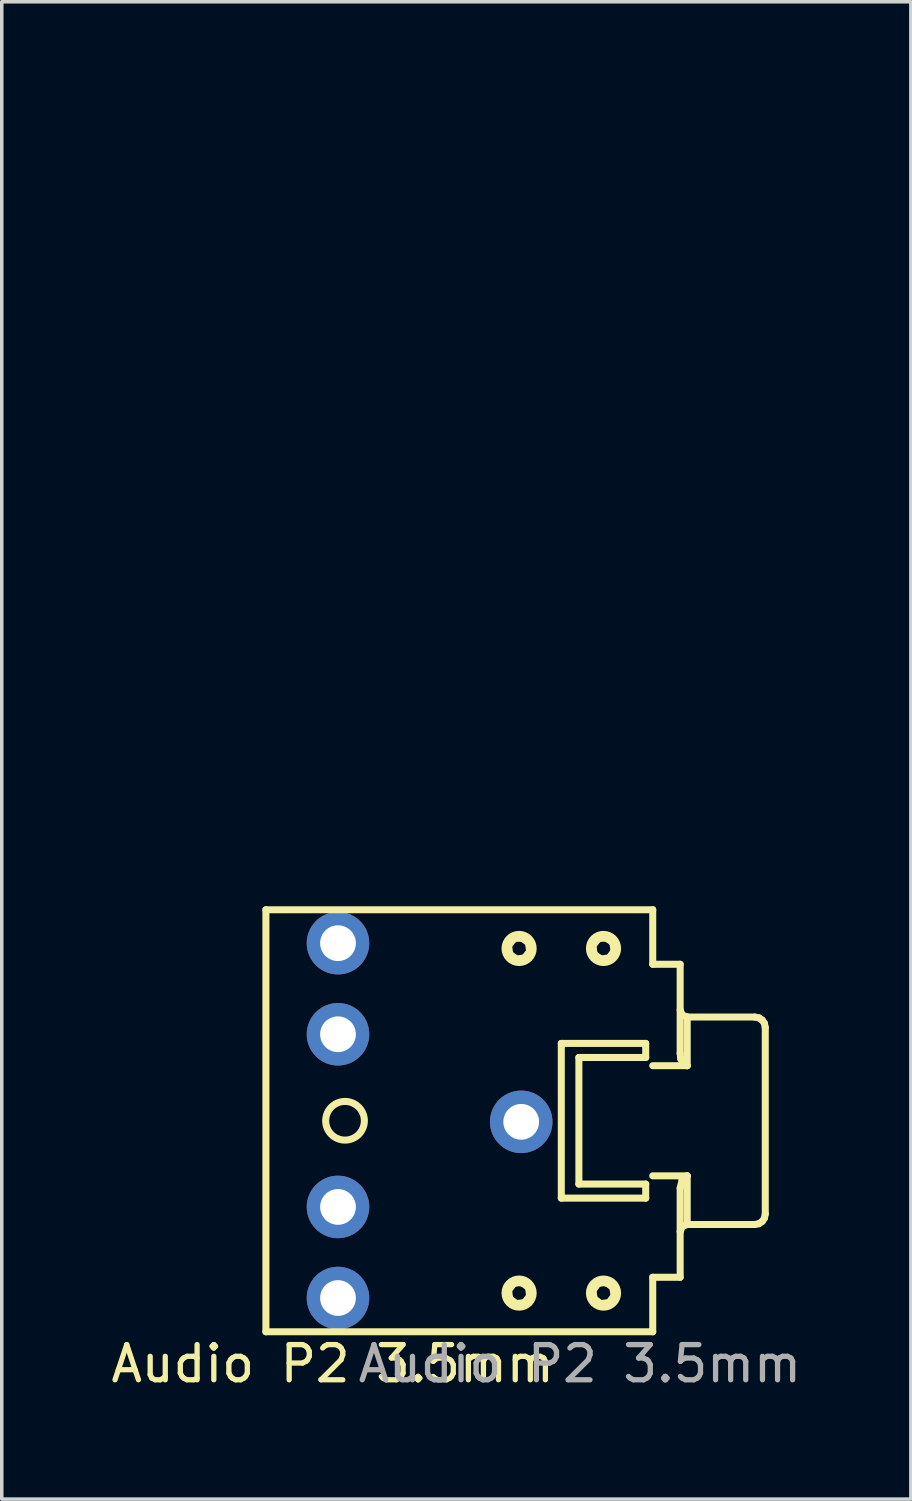
<source format=kicad_pcb>
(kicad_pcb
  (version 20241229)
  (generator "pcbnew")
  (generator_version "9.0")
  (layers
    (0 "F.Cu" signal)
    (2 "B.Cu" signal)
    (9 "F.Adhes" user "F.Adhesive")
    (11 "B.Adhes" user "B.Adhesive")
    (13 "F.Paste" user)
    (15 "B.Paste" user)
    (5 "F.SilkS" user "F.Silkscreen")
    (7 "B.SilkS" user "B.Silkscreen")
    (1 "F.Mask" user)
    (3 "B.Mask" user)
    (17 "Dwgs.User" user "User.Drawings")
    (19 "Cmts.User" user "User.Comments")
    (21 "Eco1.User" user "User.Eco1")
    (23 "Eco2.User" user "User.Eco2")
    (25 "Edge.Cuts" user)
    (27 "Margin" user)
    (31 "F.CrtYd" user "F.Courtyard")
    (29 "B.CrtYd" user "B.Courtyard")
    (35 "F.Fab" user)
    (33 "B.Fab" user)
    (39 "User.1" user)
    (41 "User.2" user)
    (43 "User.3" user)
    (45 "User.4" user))
  (footprint "Audio P2 3.5mm"
    (layer "F.Cu")
    (at 11.211 0.25)
    (property "Reference" "Audio P2 3.5mm" (at -4.8 35.48 0) (unlocked yes) (layer "F.SilkS") (effects (font (size 1 1) (thickness 0.15))))
    (attr through_hole)
    (fp_line (start -6.7 22.57) (end -6.7 34.57) (stroke (width 0.2) (type solid)) (layer "F.SilkS"))
    (fp_line (start -6.7 34.57) (end 4.3 34.57) (stroke (width 0.2) (type solid)) (layer "F.SilkS"))
    (fp_line (start 0.2 23.59) (end 0.344 23.402) (stroke (width 0.2) (type solid)) (layer "F.SilkS"))
    (fp_line (start 0.2 33.39) (end 0.344 33.202) (stroke (width 0.2) (type solid)) (layer "F.SilkS"))
    (fp_line (start 0.232 23.826) (end 0.2 23.59) (stroke (width 0.2) (type solid)) (layer "F.SilkS"))
    (fp_line (start 0.232 33.626) (end 0.2 33.39) (stroke (width 0.2) (type solid)) (layer "F.SilkS"))
    (fp_line (start 0.344 23.402) (end 0.5 23.37) (stroke (width 0.2) (type solid)) (layer "F.SilkS"))
    (fp_line (start 0.344 33.202) (end 0.5 33.17) (stroke (width 0.2) (type solid)) (layer "F.SilkS"))
    (fp_line (start 0.42 23.97) (end 0.232 23.826) (stroke (width 0.2) (type solid)) (layer "F.SilkS"))
    (fp_line (start 0.42 33.77) (end 0.232 33.626) (stroke (width 0.2) (type solid)) (layer "F.SilkS"))
    (fp_line (start 0.5 23.37) (end 0.622 23.4) (stroke (width 0.2) (type solid)) (layer "F.SilkS"))
    (fp_line (start 0.5 33.17) (end 0.622 33.2) (stroke (width 0.2) (type solid)) (layer "F.SilkS"))
    (fp_line (start 0.622 23.4) (end 0.768 23.514) (stroke (width 0.2) (type solid)) (layer "F.SilkS"))
    (fp_line (start 0.622 33.2) (end 0.768 33.314) (stroke (width 0.2) (type solid)) (layer "F.SilkS"))
    (fp_line (start 0.656 23.938) (end 0.42 23.97) (stroke (width 0.2) (type solid)) (layer "F.SilkS"))
    (fp_line (start 0.656 33.738) (end 0.42 33.77) (stroke (width 0.2) (type solid)) (layer "F.SilkS"))
    (fp_line (start 0.768 23.514) (end 0.8 23.75) (stroke (width 0.2) (type solid)) (layer "F.SilkS"))
    (fp_line (start 0.768 33.314) (end 0.8 33.55) (stroke (width 0.2) (type solid)) (layer "F.SilkS"))
    (fp_line (start 0.8 23.75) (end 0.656 23.938) (stroke (width 0.2) (type solid)) (layer "F.SilkS"))
    (fp_line (start 0.8 33.55) (end 0.656 33.738) (stroke (width 0.2) (type solid)) (layer "F.SilkS"))
    (fp_line (start 1.7 26.37) (end 4.1 26.37) (stroke (width 0.2) (type solid)) (layer "F.SilkS"))
    (fp_line (start 1.7 30.77) (end 1.7 26.37) (stroke (width 0.2) (type solid)) (layer "F.SilkS"))
    (fp_line (start 2.2 26.77) (end 2.2 30.37) (stroke (width 0.2) (type solid)) (layer "F.SilkS"))
    (fp_line (start 2.2 30.37) (end 4.1 30.37) (stroke (width 0.2) (type solid)) (layer "F.SilkS"))
    (fp_line (start 2.6 23.59) (end 2.744 23.402) (stroke (width 0.2) (type solid)) (layer "F.SilkS"))
    (fp_line (start 2.6 33.39) (end 2.744 33.202) (stroke (width 0.2) (type solid)) (layer "F.SilkS"))
    (fp_line (start 2.632 23.826) (end 2.6 23.59) (stroke (width 0.2) (type solid)) (layer "F.SilkS"))
    (fp_line (start 2.632 33.626) (end 2.6 33.39) (stroke (width 0.2) (type solid)) (layer "F.SilkS"))
    (fp_line (start 2.744 23.402) (end 2.9 23.37) (stroke (width 0.2) (type solid)) (layer "F.SilkS"))
    (fp_line (start 2.744 33.202) (end 2.9 33.17) (stroke (width 0.2) (type solid)) (layer "F.SilkS"))
    (fp_line (start 2.82 23.97) (end 2.632 23.826) (stroke (width 0.2) (type solid)) (layer "F.SilkS"))
    (fp_line (start 2.82 33.77) (end 2.632 33.626) (stroke (width 0.2) (type solid)) (layer "F.SilkS"))
    (fp_line (start 2.9 23.37) (end 3.022 23.4) (stroke (width 0.2) (type solid)) (layer "F.SilkS"))
    (fp_line (start 2.9 33.17) (end 3.022 33.2) (stroke (width 0.2) (type solid)) (layer "F.SilkS"))
    (fp_line (start 3.022 23.4) (end 3.168 23.514) (stroke (width 0.2) (type solid)) (layer "F.SilkS"))
    (fp_line (start 3.022 33.2) (end 3.168 33.314) (stroke (width 0.2) (type solid)) (layer "F.SilkS"))
    (fp_line (start 3.056 23.938) (end 2.82 23.97) (stroke (width 0.2) (type solid)) (layer "F.SilkS"))
    (fp_line (start 3.056 33.738) (end 2.82 33.77) (stroke (width 0.2) (type solid)) (layer "F.SilkS"))
    (fp_line (start 3.168 23.514) (end 3.2 23.75) (stroke (width 0.2) (type solid)) (layer "F.SilkS"))
    (fp_line (start 3.168 33.314) (end 3.2 33.55) (stroke (width 0.2) (type solid)) (layer "F.SilkS"))
    (fp_line (start 3.2 23.75) (end 3.056 23.938) (stroke (width 0.2) (type solid)) (layer "F.SilkS"))
    (fp_line (start 3.2 33.55) (end 3.056 33.738) (stroke (width 0.2) (type solid)) (layer "F.SilkS"))
    (fp_line (start 4.1 26.37) (end 4.1 26.77) (stroke (width 0.2) (type solid)) (layer "F.SilkS"))
    (fp_line (start 4.1 26.77) (end 2.2 26.77) (stroke (width 0.2) (type solid)) (layer "F.SilkS"))
    (fp_line (start 4.1 30.37) (end 4.1 30.77) (stroke (width 0.2) (type solid)) (layer "F.SilkS"))
    (fp_line (start 4.1 30.77) (end 1.7 30.77) (stroke (width 0.2) (type solid)) (layer "F.SilkS"))
    (fp_line (start 4.3 22.57) (end -6.7 22.57) (stroke (width 0.2) (type solid)) (layer "F.SilkS"))
    (fp_line (start 4.3 24.12) (end 4.3 22.57) (stroke (width 0.2) (type solid)) (layer "F.SilkS"))
    (fp_line (start 4.3 27.004) (end 5.28 27.004) (stroke (width 0.2) (type solid)) (layer "F.SilkS"))
    (fp_line (start 4.3 33.02) (end 5.08 33.02) (stroke (width 0.2) (type solid)) (layer "F.SilkS"))
    (fp_line (start 4.3 34.57) (end 4.3 33.02) (stroke (width 0.2) (type solid)) (layer "F.SilkS"))
    (fp_line (start 5.08 24.12) (end 4.3 24.12) (stroke (width 0.2) (type solid)) (layer "F.SilkS"))
    (fp_line (start 5.08 25.42) (end 5.138 25.562) (stroke (width 0.2) (type solid)) (layer "F.SilkS"))
    (fp_line (start 5.08 26.654) (end 5.08 24.12) (stroke (width 0.2) (type solid)) (layer "F.SilkS"))
    (fp_line (start 5.08 30.486) (end 5.138 30.241) (stroke (width 0.2) (type solid)) (layer "F.SilkS"))
    (fp_line (start 5.08 31.72) (end 5.138 31.578) (stroke (width 0.2) (type solid)) (layer "F.SilkS"))
    (fp_line (start 5.08 33.02) (end 5.08 30.486) (stroke (width 0.2) (type solid)) (layer "F.SilkS"))
    (fp_line (start 5.094 26.8) (end 5.08 26.654) (stroke (width 0.2) (type solid)) (layer "F.SilkS"))
    (fp_line (start 5.138 25.562) (end 5.28 25.62) (stroke (width 0.2) (type solid)) (layer "F.SilkS"))
    (fp_line (start 5.138 31.578) (end 5.28 31.52) (stroke (width 0.2) (type solid)) (layer "F.SilkS"))
    (fp_line (start 5.138 30.241) (end 5.209 30.156) (stroke (width 0.2) (type solid)) (layer "F.SilkS"))
    (fp_line (start 5.158 26.931) (end 5.094 26.8) (stroke (width 0.2) (type solid)) (layer "F.SilkS"))
    (fp_line (start 5.209 30.156) (end 5.28 30.136) (stroke (width 0.2) (type solid)) (layer "F.SilkS"))
    (fp_line (start 5.28 25.62) (end 5.28 27.004) (stroke (width 0.2) (type solid)) (layer "F.SilkS"))
    (fp_line (start 5.28 27.004) (end 5.158 26.931) (stroke (width 0.2) (type solid)) (layer "F.SilkS"))
    (fp_line (start 5.28 30.136) (end 4.3 30.136) (stroke (width 0.2) (type solid)) (layer "F.SilkS"))
    (fp_line (start 5.28 30.136) (end 5.28 31.52) (stroke (width 0.2) (type solid)) (layer "F.SilkS"))
    (fp_line (start 5.28 31.52) (end 7.2 31.52) (stroke (width 0.2) (type solid)) (layer "F.SilkS"))
    (fp_line (start 7.2 25.62) (end 5.28 25.62) (stroke (width 0.2) (type solid)) (layer "F.SilkS"))
    (fp_line (start 7.318 25.643) (end 7.2 25.62) (stroke (width 0.2) (type solid)) (layer "F.SilkS"))
    (fp_line (start 7.318 31.497) (end 7.2 31.52) (stroke (width 0.2) (type solid)) (layer "F.SilkS"))
    (fp_line (start 7.413 25.707) (end 7.318 25.643) (stroke (width 0.2) (type solid)) (layer "F.SilkS"))
    (fp_line (start 7.413 31.433) (end 7.318 31.497) (stroke (width 0.2) (type solid)) (layer "F.SilkS"))
    (fp_line (start 7.477 25.802) (end 7.413 25.707) (stroke (width 0.2) (type solid)) (layer "F.SilkS"))
    (fp_line (start 7.477 31.338) (end 7.413 31.433) (stroke (width 0.2) (type solid)) (layer "F.SilkS"))
    (fp_line (start 7.5 25.92) (end 7.477 25.802) (stroke (width 0.2) (type solid)) (layer "F.SilkS"))
    (fp_line (start 7.5 31.22) (end 7.477 31.338) (stroke (width 0.2) (type solid)) (layer "F.SilkS"))
    (fp_line (start 7.5 31.22) (end 7.5 25.92) (stroke (width 0.2) (type solid)) (layer "F.SilkS"))
    (fp_circle (center -4.45 28.57) (end -3.9 28.57) (stroke (width 0.2) (type solid)) (fill no) (layer "F.SilkS"))
    (fp_circle (center 0.5 23.67) (end 0.9 23.67) (stroke (width 0.2) (type solid)) (fill no) (layer "F.SilkS"))
    (fp_circle (center 0.5 33.47) (end 0.9 33.47) (stroke (width 0.2) (type solid)) (fill no) (layer "F.SilkS"))
    (fp_circle (center 2.9 23.67) (end 3.3 23.67) (stroke (width 0.2) (type solid)) (fill no) (layer "F.SilkS"))
    (fp_circle (center 2.9 33.47) (end 3.3 33.47) (stroke (width 0.2) (type solid)) (fill no) (layer "F.SilkS"))
    (fp_text user "${REFERENCE}" (at 2.23 35.48 0) (unlocked yes) (layer "F.Fab") (effects (font (size 1 1) (thickness 0.15))))
    (pad "1" thru_hole circle (at 0.56 28.6) (size 1.778 1.778) (drill 1.016) (layers "*.Cu" "*.Mask"))
    (pad "2" thru_hole circle (at -4.65 33.61) (size 1.778 1.778) (drill 1.016) (layers "*.Cu" "*.Mask"))
    (pad "3" thru_hole circle (at -4.65 31.02) (size 1.778 1.778) (drill 1.016) (layers "*.Cu" "*.Mask" "Eco1.User"))
    (pad "4" thru_hole circle (at -4.65 26.11) (size 1.778 1.778) (drill 1.016) (layers "*.Cu" "*.Mask"))
    (pad "5" thru_hole circle (at -4.65 23.52) (size 1.778 1.778) (drill 1.016) (layers "*.Cu" "*.Mask")))
  (gr_rect
    (start -3 -3)
    (end 22.851 39.578)
    (stroke (width 0.1) (type default))
    (fill no)
    (layer "Edge.Cuts")))
</source>
